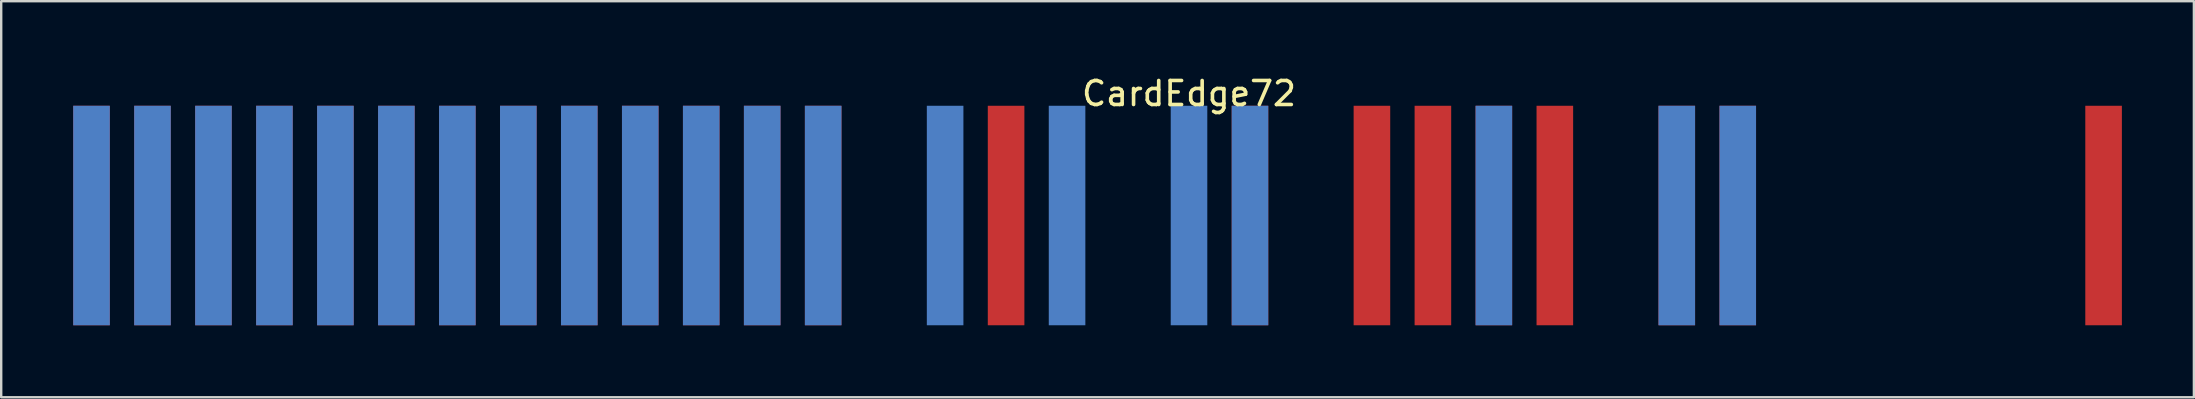
<source format=kicad_pcb>
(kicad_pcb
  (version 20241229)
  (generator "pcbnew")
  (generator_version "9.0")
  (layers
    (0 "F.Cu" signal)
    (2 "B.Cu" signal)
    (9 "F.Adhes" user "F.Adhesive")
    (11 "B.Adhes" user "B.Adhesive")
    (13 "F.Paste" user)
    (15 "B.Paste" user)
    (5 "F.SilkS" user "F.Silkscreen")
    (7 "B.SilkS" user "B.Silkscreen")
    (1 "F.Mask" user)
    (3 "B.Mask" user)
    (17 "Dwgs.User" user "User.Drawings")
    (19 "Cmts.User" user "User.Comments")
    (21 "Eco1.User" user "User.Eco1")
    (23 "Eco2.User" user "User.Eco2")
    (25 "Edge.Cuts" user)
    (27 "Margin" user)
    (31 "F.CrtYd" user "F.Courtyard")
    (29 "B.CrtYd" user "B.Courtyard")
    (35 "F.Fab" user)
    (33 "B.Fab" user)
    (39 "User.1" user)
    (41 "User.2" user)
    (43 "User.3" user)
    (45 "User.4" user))
  (footprint "CardEdge72"
    (layer "F.Cu")
    (at 46.482 1.356)
    (property "Reference" "CardEdge72" (at 0 -0.508 0) (layer "F.SilkS") (effects (font (size 1 1) (thickness 0.15))))
    (attr through_hole)
    (pad "1" connect rect (at -45.72 4.572) (size 1.524 9.144) (layers "B.Cu"))
    (pad "2" connect rect (at -45.72 4.572) (size 1.524 9.144) (layers "F.Cu"))
    (pad "3" connect rect (at -43.18 4.572) (size 1.524 9.144) (layers "B.Cu"))
    (pad "4" connect rect (at -43.18 4.572) (size 1.524 9.144) (layers "F.Cu"))
    (pad "5" connect rect (at -40.64 4.572) (size 1.524 9.144) (layers "B.Cu"))
    (pad "6" connect rect (at -40.64 4.572) (size 1.524 9.144) (layers "F.Cu"))
    (pad "7" connect rect (at -38.1 4.572) (size 1.524 9.144) (layers "B.Cu"))
    (pad "8" connect rect (at -38.1 4.572) (size 1.524 9.144) (layers "F.Cu"))
    (pad "9" connect rect (at -35.56 4.572) (size 1.524 9.144) (layers "B.Cu"))
    (pad "10" connect rect (at -35.56 4.572) (size 1.524 9.144) (layers "F.Cu"))
    (pad "11" connect rect (at -33.02 4.572) (size 1.524 9.144) (layers "B.Cu"))
    (pad "12" connect rect (at -33.02 4.572) (size 1.524 9.144) (layers "F.Cu"))
    (pad "13" connect rect (at -30.48 4.572) (size 1.524 9.144) (layers "B.Cu"))
    (pad "14" connect rect (at -30.48 4.572) (size 1.524 9.144) (layers "F.Cu"))
    (pad "15" connect rect (at -27.94 4.572) (size 1.524 9.144) (layers "B.Cu"))
    (pad "16" connect rect (at -27.94 4.572) (size 1.524 9.144) (layers "F.Cu"))
    (pad "17" connect rect (at -25.4 4.572) (size 1.524 9.144) (layers "B.Cu"))
    (pad "18" connect rect (at -25.4 4.572) (size 1.524 9.144) (layers "F.Cu"))
    (pad "19" connect rect (at -22.86 4.572) (size 1.524 9.144) (layers "B.Cu"))
    (pad "20" connect rect (at -22.86 4.572) (size 1.524 9.144) (layers "F.Cu"))
    (pad "21" connect rect (at -20.32 4.572) (size 1.524 9.144) (layers "B.Cu"))
    (pad "22" connect rect (at -20.32 4.572) (size 1.524 9.144) (layers "F.Cu"))
    (pad "23" connect rect (at -17.78 4.572) (size 1.524 9.144) (layers "B.Cu"))
    (pad "24" connect rect (at -17.78 4.572) (size 1.524 9.144) (layers "F.Cu"))
    (pad "25" connect rect (at -15.24 4.572) (size 1.524 9.144) (layers "B.Cu"))
    (pad "26" connect rect (at -15.24 4.572) (size 1.524 9.144) (layers "F.Cu"))
    (pad "29" connect rect (at -10.16 4.572) (size 1.524 9.144) (layers "B.Cu"))
    (pad "32" connect rect (at -7.62 4.572) (size 1.524 9.144) (layers "F.Cu"))
    (pad "33" connect rect (at -5.08 4.572) (size 1.524 9.144) (layers "B.Cu"))
    (pad "37" connect rect (at 0 4.572) (size 1.524 9.144) (layers "B.Cu"))
    (pad "39" connect rect (at 2.54 4.572) (size 1.524 9.144) (layers "B.Cu"))
    (pad "40" connect rect (at 2.54 4.572) (size 1.524 9.144) (layers "F.Cu"))
    (pad "44" connect rect (at 7.62 4.572) (size 1.524 9.144) (layers "F.Cu"))
    (pad "46" connect rect (at 10.16 4.572) (size 1.524 9.144) (layers "F.Cu"))
    (pad "47" connect rect (at 12.7 4.572) (size 1.524 9.144) (layers "B.Cu"))
    (pad "48" connect rect (at 12.7 4.572) (size 1.524 9.144) (layers "F.Cu"))
    (pad "50" connect rect (at 15.24 4.572) (size 1.524 9.144) (layers "F.Cu"))
    (pad "53" connect rect (at 20.32 4.572) (size 1.524 9.144) (layers "B.Cu"))
    (pad "54" connect rect (at 20.32 4.572) (size 1.524 9.144) (layers "F.Cu"))
    (pad "55" connect rect (at 22.86 4.572) (size 1.524 9.144) (layers "B.Cu"))
    (pad "56" connect rect (at 22.86 4.572) (size 1.524 9.144) (layers "F.Cu"))
    (pad "68" connect rect (at 38.1 4.572) (size 1.524 9.144) (layers "F.Cu")))
  (gr_rect
    (start -3 -3)
    (end 88.344 13.5)
    (stroke (width 0.1) (type default))
    (fill no)
    (layer "Edge.Cuts")))
</source>
